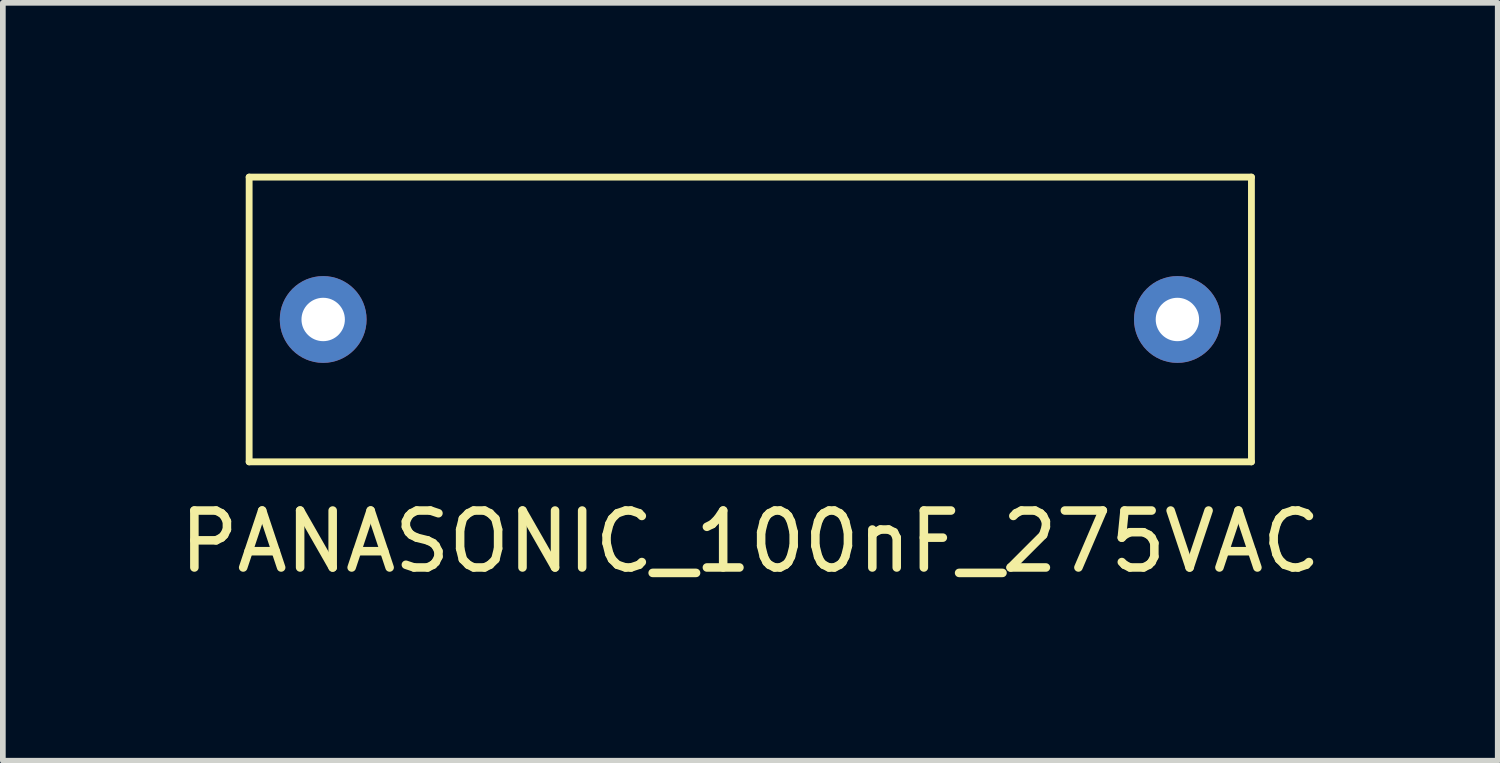
<source format=kicad_pcb>
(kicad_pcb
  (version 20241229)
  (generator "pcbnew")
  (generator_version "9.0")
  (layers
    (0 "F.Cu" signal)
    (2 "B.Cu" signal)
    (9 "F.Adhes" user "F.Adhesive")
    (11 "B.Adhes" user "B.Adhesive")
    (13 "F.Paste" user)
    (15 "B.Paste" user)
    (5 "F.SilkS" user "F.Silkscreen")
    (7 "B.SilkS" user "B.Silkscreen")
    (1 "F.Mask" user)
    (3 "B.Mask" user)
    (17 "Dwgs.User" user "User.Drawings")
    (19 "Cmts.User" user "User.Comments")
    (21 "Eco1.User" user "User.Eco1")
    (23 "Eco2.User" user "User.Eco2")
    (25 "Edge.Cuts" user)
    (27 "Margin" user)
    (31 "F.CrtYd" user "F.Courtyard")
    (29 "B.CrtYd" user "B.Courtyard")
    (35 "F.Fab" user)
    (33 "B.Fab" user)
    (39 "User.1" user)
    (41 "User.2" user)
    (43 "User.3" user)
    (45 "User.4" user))
  (footprint "PANASONIC_100nF_275VAC"
    (layer "F.Cu")
    (at 10.125 2.56)
    (property "Reference" "PANASONIC_100nF_275VAC" (at 0 3.9 0) (layer "F.SilkS") (effects (font (size 1 1) (thickness 0.15))))
    (attr through_hole)
    (fp_line (start -8.8 -2.5) (end 8.8 -2.5) (stroke (width 0.12) (type solid)) (layer "F.SilkS"))
    (fp_line (start -8.8 2.5) (end -8.8 -2.5) (stroke (width 0.12) (type solid)) (layer "F.SilkS"))
    (fp_line (start 8.8 -2.5) (end 8.8 2.5) (stroke (width 0.12) (type solid)) (layer "F.SilkS"))
    (fp_line (start 8.8 2.5) (end -8.8 2.5) (stroke (width 0.12) (type solid)) (layer "F.SilkS"))
    (pad "1" thru_hole circle (at 7.5 0) (size 1.524 1.524) (drill 0.762) (layers "*.Cu" "*.Mask"))
    (pad "2" thru_hole circle (at -7.5 0) (size 1.524 1.524) (drill 0.762) (layers "*.Cu" "*.Mask")))
  (gr_rect
    (start -3 -3)
    (end 23.25 10.308)
    (stroke (width 0.1) (type default))
    (fill no)
    (layer "Edge.Cuts")))
</source>
